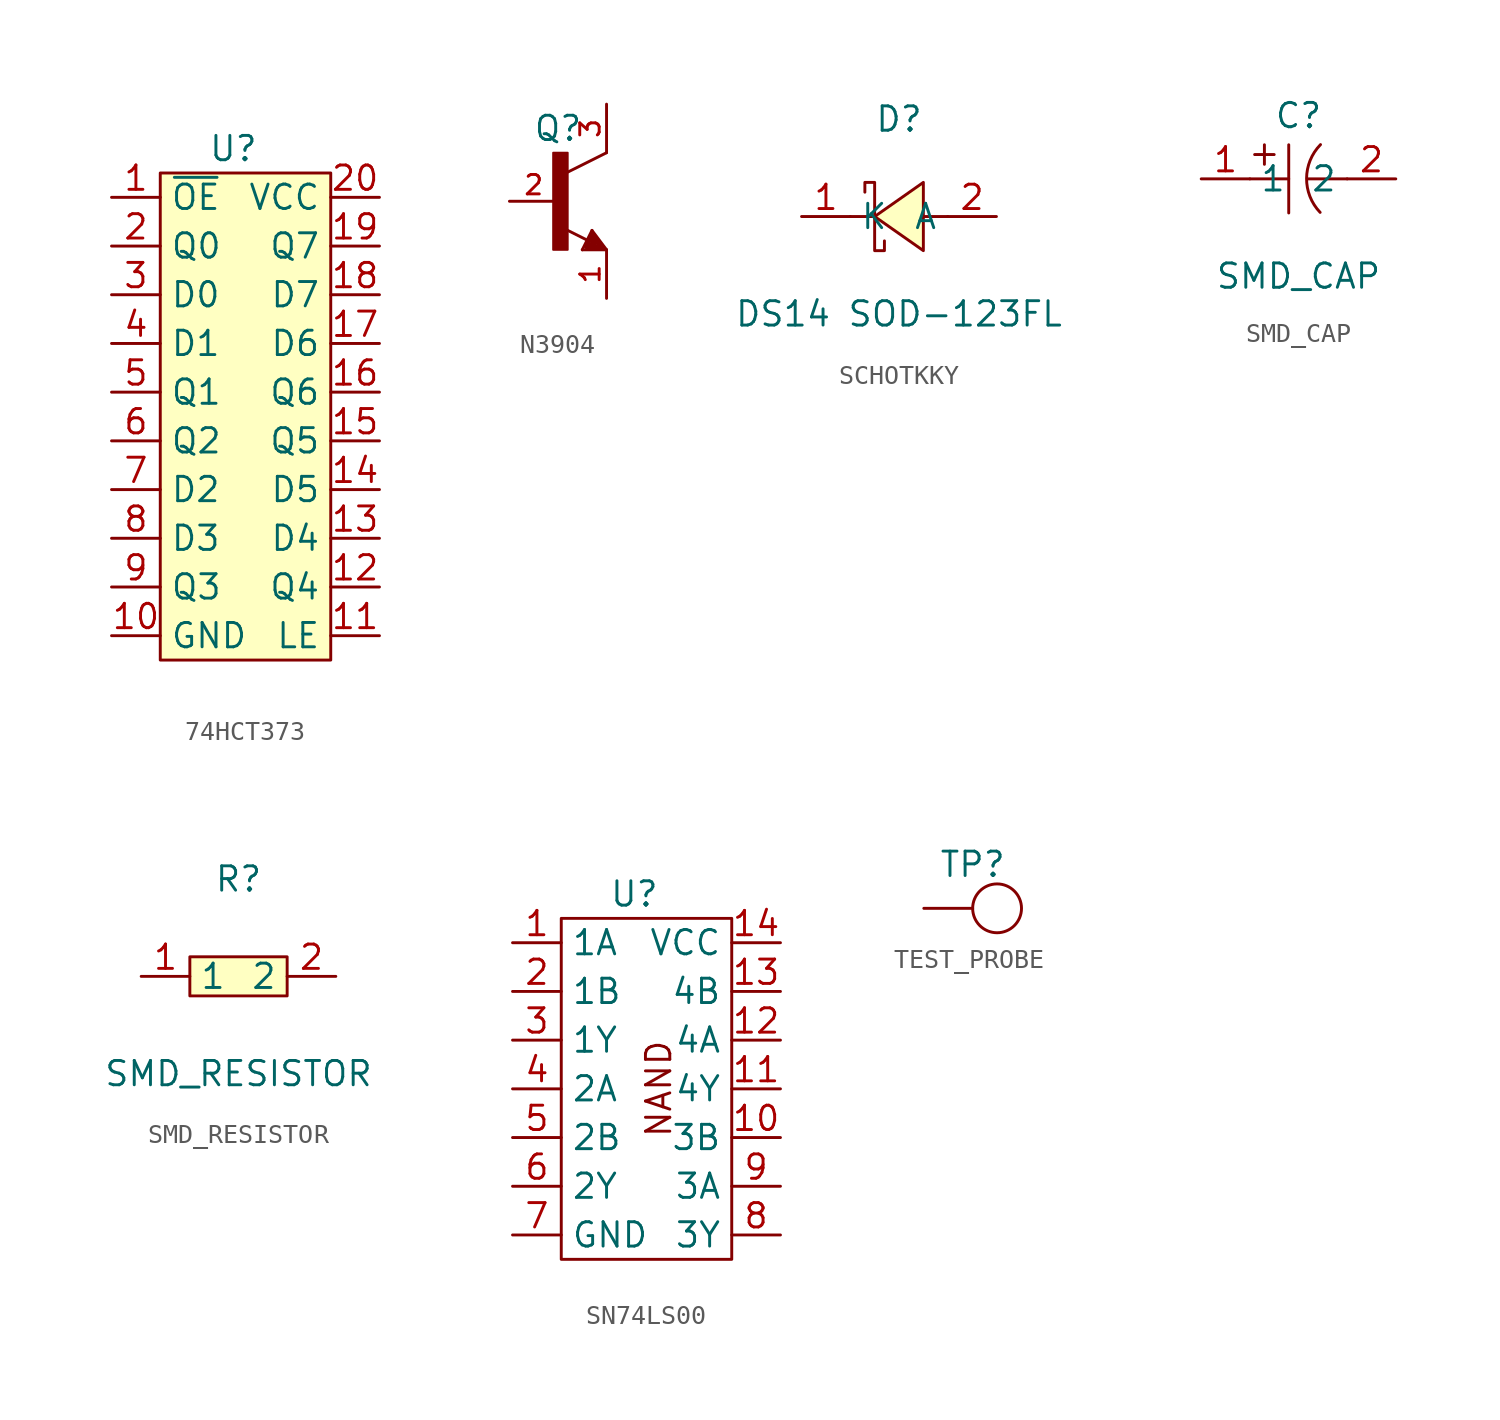
<source format=kicad_sym>
(kicad_symbol_lib
  (version 20231120)
  (generator "kicad_symbol_editor")
  (generator_version "8.0")
  (symbol "74HCT373"
    (property "Reference" "U"
      (at 0 12.7 0)
      (effects (font (size 1.27 1.27))))
    (property "Value" ""
      (at 0 12.7 0)
      (effects (font (size 1.27 1.27))))
    (symbol "74HCT373_1_1"
      (rectangle (start -3.81 11.43) (end 5.08 -13.97) (stroke (width 0) (type default)) (fill (type background)))
      (pin input line (at -6.35 10.16 0) (length 2.54) (name "~{OE}" (effects (font (size 1.27 1.27)))) (number "1" (effects (font (size 1.27 1.27)))))
      (pin power_in line (at -6.35 -12.7 0) (length 2.54) (name "GND" (effects (font (size 1.27 1.27)))) (number "10" (effects (font (size 1.27 1.27)))))
      (pin input line (at 7.62 -12.7 180) (length 2.54) (name "LE" (effects (font (size 1.27 1.27)))) (number "11" (effects (font (size 1.27 1.27)))))
      (pin input line (at 7.62 -10.16 180) (length 2.54) (name "Q4" (effects (font (size 1.27 1.27)))) (number "12" (effects (font (size 1.27 1.27)))))
      (pin input line (at 7.62 -7.62 180) (length 2.54) (name "D4" (effects (font (size 1.27 1.27)))) (number "13" (effects (font (size 1.27 1.27)))))
      (pin input line (at 7.62 -5.08 180) (length 2.54) (name "D5" (effects (font (size 1.27 1.27)))) (number "14" (effects (font (size 1.27 1.27)))))
      (pin input line (at 7.62 -2.54 180) (length 2.54) (name "Q5" (effects (font (size 1.27 1.27)))) (number "15" (effects (font (size 1.27 1.27)))))
      (pin input line (at 7.62 0 180) (length 2.54) (name "Q6" (effects (font (size 1.27 1.27)))) (number "16" (effects (font (size 1.27 1.27)))))
      (pin input line (at 7.62 2.54 180) (length 2.54) (name "D6" (effects (font (size 1.27 1.27)))) (number "17" (effects (font (size 1.27 1.27)))))
      (pin input line (at 7.62 5.08 180) (length 2.54) (name "D7" (effects (font (size 1.27 1.27)))) (number "18" (effects (font (size 1.27 1.27)))))
      (pin input line (at 7.62 7.62 180) (length 2.54) (name "Q7" (effects (font (size 1.27 1.27)))) (number "19" (effects (font (size 1.27 1.27)))))
      (pin input line (at -6.35 7.62 0) (length 2.54) (name "Q0" (effects (font (size 1.27 1.27)))) (number "2" (effects (font (size 1.27 1.27)))))
      (pin power_in line (at 7.62 10.16 180) (length 2.54) (name "VCC" (effects (font (size 1.27 1.27)))) (number "20" (effects (font (size 1.27 1.27)))))
      (pin input line (at -6.35 5.08 0) (length 2.54) (name "D0" (effects (font (size 1.27 1.27)))) (number "3" (effects (font (size 1.27 1.27)))))
      (pin input line (at -6.35 2.54 0) (length 2.54) (name "D1" (effects (font (size 1.27 1.27)))) (number "4" (effects (font (size 1.27 1.27)))))
      (pin input line (at -6.35 0 0) (length 2.54) (name "Q1" (effects (font (size 1.27 1.27)))) (number "5" (effects (font (size 1.27 1.27)))))
      (pin input line (at -6.35 -2.54 0) (length 2.54) (name "Q2" (effects (font (size 1.27 1.27)))) (number "6" (effects (font (size 1.27 1.27)))))
      (pin input line (at -6.35 -5.08 0) (length 2.54) (name "D2" (effects (font (size 1.27 1.27)))) (number "7" (effects (font (size 1.27 1.27)))))
      (pin input line (at -6.35 -7.62 0) (length 2.54) (name "D3" (effects (font (size 1.27 1.27)))) (number "8" (effects (font (size 1.27 1.27)))))
      (pin input line (at -6.35 -10.16 0) (length 2.54) (name "Q3" (effects (font (size 1.27 1.27)))) (number "9" (effects (font (size 1.27 1.27)))))))
  (symbol "N3904"
    (property "Reference" "Q"
      (at 0 0 0)
      (effects (font (size 1.27 1.27))))
    (property "Value" ""
      (at 0 0 0)
      (effects (font (size 1.27 1.27))))
    (symbol "N3904_0_0"
      (rectangle (start -0.254 -6.35) (end 0.508 -1.27) (stroke (width 0.1) (type default)) (fill (type outline)))
      (polyline (pts (xy 1.27 -6.35) (xy 1.778 -5.334)) (stroke (width 0.152) (type default)) (fill (type none)))
      (polyline (pts (xy 1.524 -6.223) (xy 2.286 -6.223)) (stroke (width 0.254) (type default)) (fill (type none)))
      (polyline (pts (xy 1.524 -6.096) (xy 1.905 -6.096)) (stroke (width 0.254) (type default)) (fill (type none)))
      (polyline (pts (xy 1.54 -5.85) (xy 0.308 -5.234)) (stroke (width 0.152) (type default)) (fill (type none)))
      (polyline (pts (xy 1.778 -5.588) (xy 1.524 -6.096)) (stroke (width 0.254) (type default)) (fill (type none)))
      (polyline (pts (xy 1.778 -5.334) (xy 2.54 -6.35)) (stroke (width 0.152) (type default)) (fill (type none)))
      (polyline (pts (xy 1.905 -6.096) (xy 1.778 -5.842)) (stroke (width 0.254) (type default)) (fill (type none)))
      (polyline (pts (xy 2.286 -6.223) (xy 1.778 -5.588)) (stroke (width 0.254) (type default)) (fill (type none)))
      (polyline (pts (xy 2.54 -6.35) (xy 1.27 -6.35)) (stroke (width 0.152) (type default)) (fill (type none)))
      (polyline (pts (xy 2.54 -1.27) (xy 0.508 -2.286)) (stroke (width 0.152) (type default)) (fill (type none)))
      (pin passive line (at 2.54 -8.89 90) (length 2.54) (name "~" (effects (font (size 1.016 1.016)))) (number "1" (effects (font (size 1.016 1.016)))))
      (pin passive line (at -2.54 -3.81 0) (length 2.54) (name "~" (effects (font (size 1.016 1.016)))) (number "2" (effects (font (size 1.016 1.016)))))
      (pin passive line (at 2.54 1.27 270) (length 2.54) (name "~" (effects (font (size 1.016 1.016)))) (number "3" (effects (font (size 1.016 1.016)))))))
  (symbol "SCHOTKKY"
    (property "Reference" "D"
      (at 0 5.08 0)
      (effects (font (size 1.27 1.27))))
    (property "Value" "DS14 SOD-123FL"
      (at 0 -5.08 0)
      (effects (font (size 1.27 1.27))))
    (symbol "SCHOTKKY_0_1"
      (polyline (pts (xy -1.27 0) (xy -2.54 0)) (stroke (width 0) (type default)) (fill (type none)))
      (polyline (pts (xy 2.54 0) (xy 1.27 0)) (stroke (width 0) (type default)) (fill (type none)))
      (polyline (pts (xy 1.27 1.78) (xy -1.27 0) (xy 1.27 -1.78) (xy 1.27 1.78)) (stroke (width 0) (type default)) (fill (type background)))
      (polyline (pts (xy -1.78 1.27) (xy -1.78 1.78) (xy -1.27 1.78) (xy -1.27 -1.78) (xy -0.76 -1.78) (xy -0.76 -1.27)) (stroke (width 0) (type default)) (fill (type none)))
      (pin unspecified line (at -5.08 0 0) (length 2.54) (name "K" (effects (font (size 1.27 1.27)))) (number "1" (effects (font (size 1.27 1.27)))))
      (pin unspecified line (at 5.08 0 180) (length 2.54) (name "A" (effects (font (size 1.27 1.27)))) (number "2" (effects (font (size 1.27 1.27)))))))
  (symbol "SMD_CAP"
    (property "Reference" "C"
      (at 0 3.302 0)
      (effects (font (size 1.27 1.27))))
    (property "Value" "SMD_CAP"
      (at 0 -5.08 0)
      (effects (font (size 1.27 1.27))))
    (symbol "SMD_CAP_0_1"
      (polyline (pts (xy -2.54 0) (xy -0.51 0)) (stroke (width 0) (type default)) (fill (type none)))
      (polyline (pts (xy -2.29 1.27) (xy -1.27 1.27)) (stroke (width 0) (type default)) (fill (type none)))
      (polyline (pts (xy -1.78 1.78) (xy -1.78 0.76)) (stroke (width 0) (type default)) (fill (type none)))
      (polyline (pts (xy -0.51 1.78) (xy -0.51 -1.78)) (stroke (width 0) (type default)) (fill (type none)))
      (polyline (pts (xy 0.51 0) (xy 2.54 0)) (stroke (width 0) (type default)) (fill (type none)))
      (arc (start 1.15 1.79) (mid 0.4221 0.024) (end 1.13 -1.75) (stroke (width 0) (type default)) (fill (type none)))
      (pin input line (at -5.08 0 0) (length 2.54) (name "1" (effects (font (size 1.27 1.27)))) (number "1" (effects (font (size 1.27 1.27)))))
      (pin input line (at 5.08 0 180) (length 2.54) (name "2" (effects (font (size 1.27 1.27)))) (number "2" (effects (font (size 1.27 1.27)))))))
  (symbol "SMD_RESISTOR"
    (property "Reference" "R"
      (at 0 5.08 0)
      (effects (font (size 1.27 1.27))))
    (property "Value" "SMD_RESISTOR"
      (at 0 -5.08 0)
      (effects (font (size 1.27 1.27))))
    (symbol "SMD_RESISTOR_0_1"
      (rectangle (start -2.54 1.02) (end 2.54 -1.02) (stroke (width 0) (type default)) (fill (type background)))
      (pin input line (at -5.08 0 0) (length 2.54) (name "1" (effects (font (size 1.27 1.27)))) (number "1" (effects (font (size 1.27 1.27)))))
      (pin input line (at 5.08 0 180) (length 2.54) (name "2" (effects (font (size 1.27 1.27)))) (number "2" (effects (font (size 1.27 1.27)))))))
  (symbol "SN74LS00"
    (property "Reference" "U"
      (at -1.27 0 0)
      (effects (font (size 1.27 1.27))))
    (property "Value" ""
      (at 0 0 0)
      (effects (font (size 1.27 1.27))))
    (symbol "SN74LS00_0_1"
      (rectangle (start -5.08 -1.27) (end 3.81 -19.05) (stroke (width 0) (type default)) (fill (type none))))
    (symbol "SN74LS00_1_1"
      (text "NAND" (at 0 -10.16 900) (effects (font (size 1.27 1.27))))
      (pin input line (at -7.62 -2.54 0) (length 2.54) (name "1A" (effects (font (size 1.27 1.27)))) (number "1" (effects (font (size 1.27 1.27)))))
      (pin input line (at 6.35 -12.7 180) (length 2.54) (name "3B" (effects (font (size 1.27 1.27)))) (number "10" (effects (font (size 1.27 1.27)))))
      (pin output line (at 6.35 -10.16 180) (length 2.54) (name "4Y" (effects (font (size 1.27 1.27)))) (number "11" (effects (font (size 1.27 1.27)))))
      (pin input line (at 6.35 -7.62 180) (length 2.54) (name "4A" (effects (font (size 1.27 1.27)))) (number "12" (effects (font (size 1.27 1.27)))))
      (pin input line (at 6.35 -5.08 180) (length 2.54) (name "4B" (effects (font (size 1.27 1.27)))) (number "13" (effects (font (size 1.27 1.27)))))
      (pin input line (at 6.35 -2.54 180) (length 2.54) (name "VCC" (effects (font (size 1.27 1.27)))) (number "14" (effects (font (size 1.27 1.27)))))
      (pin input line (at -7.62 -5.08 0) (length 2.54) (name "1B" (effects (font (size 1.27 1.27)))) (number "2" (effects (font (size 1.27 1.27)))))
      (pin output line (at -7.62 -7.62 0) (length 2.54) (name "1Y" (effects (font (size 1.27 1.27)))) (number "3" (effects (font (size 1.27 1.27)))))
      (pin input line (at -7.62 -10.16 0) (length 2.54) (name "2A" (effects (font (size 1.27 1.27)))) (number "4" (effects (font (size 1.27 1.27)))))
      (pin input line (at -7.62 -12.7 0) (length 2.54) (name "2B" (effects (font (size 1.27 1.27)))) (number "5" (effects (font (size 1.27 1.27)))))
      (pin output line (at -7.62 -15.24 0) (length 2.54) (name "2Y" (effects (font (size 1.27 1.27)))) (number "6" (effects (font (size 1.27 1.27)))))
      (pin input line (at -7.62 -17.78 0) (length 2.54) (name "GND" (effects (font (size 1.27 1.27)))) (number "7" (effects (font (size 1.27 1.27)))))
      (pin output line (at 6.35 -17.78 180) (length 2.54) (name "3Y" (effects (font (size 1.27 1.27)))) (number "8" (effects (font (size 1.27 1.27)))))
      (pin input line (at 6.35 -15.24 180) (length 2.54) (name "3A" (effects (font (size 1.27 1.27)))) (number "9" (effects (font (size 1.27 1.27)))))))
  (symbol "TEST_PROBE"
    (pin_numbers hide)
    (pin_names hide)
    (property "Reference" "TP"
      (at 0 1.016 0)
      (effects (font (size 1.27 1.27))))
    (property "Value" ""
      (at 0 0 0)
      (effects (font (size 1.27 1.27))))
    (symbol "TEST_PROBE_0_1"
      (circle (center 1.27 -1.27) (radius 1.27) (stroke (width 0) (type default)) (fill (type none))))
    (symbol "TEST_PROBE_1_1"
      (pin input line (at -2.54 -1.27 0) (length 2.54) (name "PROBE" (effects (font (size 1.27 1.27)))) (number "1" (effects (font (size 1.27 1.27))))))))
</source>
